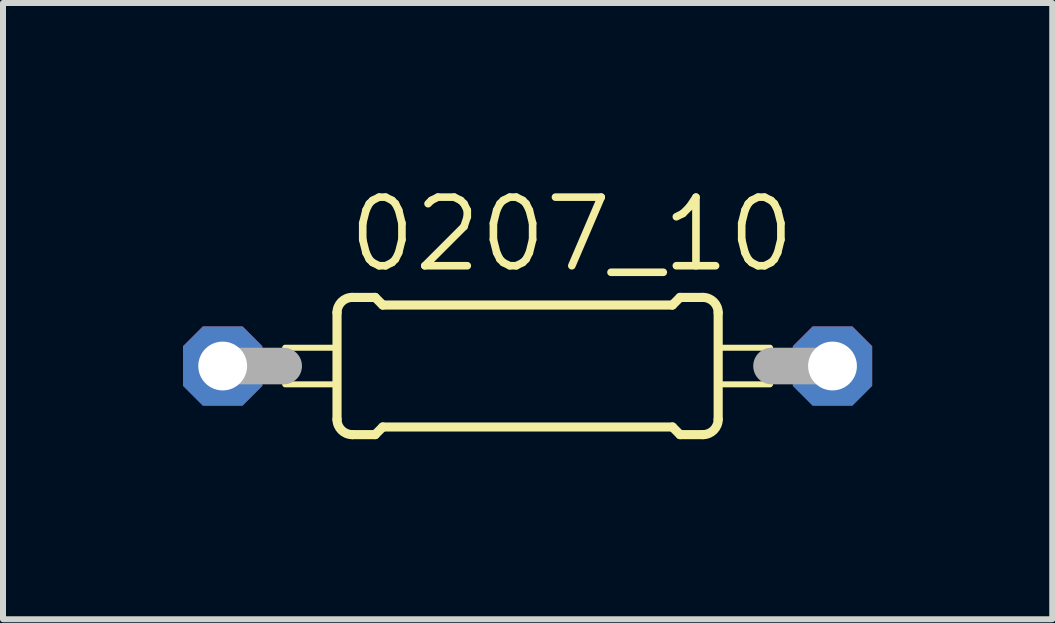
<source format=kicad_pcb>
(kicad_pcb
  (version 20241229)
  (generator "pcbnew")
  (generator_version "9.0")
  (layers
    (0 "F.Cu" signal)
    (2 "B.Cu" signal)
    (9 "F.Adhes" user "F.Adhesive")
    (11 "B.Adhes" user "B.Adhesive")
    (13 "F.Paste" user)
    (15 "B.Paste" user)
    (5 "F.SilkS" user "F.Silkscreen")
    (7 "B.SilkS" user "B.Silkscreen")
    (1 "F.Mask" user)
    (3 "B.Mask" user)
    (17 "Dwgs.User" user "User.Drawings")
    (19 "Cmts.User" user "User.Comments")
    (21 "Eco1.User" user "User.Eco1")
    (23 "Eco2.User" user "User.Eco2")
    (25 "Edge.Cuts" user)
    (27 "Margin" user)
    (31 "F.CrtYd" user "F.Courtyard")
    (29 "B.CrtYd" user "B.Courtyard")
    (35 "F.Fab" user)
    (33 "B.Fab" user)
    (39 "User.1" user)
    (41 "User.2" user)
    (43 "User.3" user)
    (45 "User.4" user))
  (footprint "0207_10"
    (layer "F.Cu")
    (at 5.74 3.048)
    (property "Reference" "0207_10" (at -3.048 -1.524 0) (layer "F.SilkS") (effects (font (size 1.143 1.143) (thickness 0.127)) (justify left bottom)))
    (fp_line (start -3.175 0.889) (end -3.175 -0.889) (stroke (width 0.152) (type solid)) (layer "F.SilkS"))
    (fp_line (start -2.921 -1.143) (end -2.54 -1.143) (stroke (width 0.152) (type solid)) (layer "F.SilkS"))
    (fp_line (start -2.921 1.143) (end -2.54 1.143) (stroke (width 0.152) (type solid)) (layer "F.SilkS"))
    (fp_line (start -2.413 -1.016) (end -2.54 -1.143) (stroke (width 0.152) (type solid)) (layer "F.SilkS"))
    (fp_line (start -2.413 1.016) (end -2.54 1.143) (stroke (width 0.152) (type solid)) (layer "F.SilkS"))
    (fp_line (start 2.413 -1.016) (end -2.413 -1.016) (stroke (width 0.152) (type solid)) (layer "F.SilkS"))
    (fp_line (start 2.413 -1.016) (end 2.54 -1.143) (stroke (width 0.152) (type solid)) (layer "F.SilkS"))
    (fp_line (start 2.413 1.016) (end -2.413 1.016) (stroke (width 0.152) (type solid)) (layer "F.SilkS"))
    (fp_line (start 2.413 1.016) (end 2.54 1.143) (stroke (width 0.152) (type solid)) (layer "F.SilkS"))
    (fp_line (start 2.921 -1.143) (end 2.54 -1.143) (stroke (width 0.152) (type solid)) (layer "F.SilkS"))
    (fp_line (start 2.921 1.143) (end 2.54 1.143) (stroke (width 0.152) (type solid)) (layer "F.SilkS"))
    (fp_line (start 3.175 0.889) (end 3.175 -0.889) (stroke (width 0.152) (type solid)) (layer "F.SilkS"))
    (fp_arc (start -3.175 -0.889) (mid -3.100605 -1.068605) (end -2.921 -1.143) (stroke (width 0.1524) (type solid)) (layer "F.SilkS"))
    (fp_arc (start -2.921 1.143) (mid -3.100605 1.068605) (end -3.175 0.889) (stroke (width 0.1524) (type solid)) (layer "F.SilkS"))
    (fp_arc (start 2.921 -1.143) (mid 3.100605 -1.068605) (end 3.175 -0.889) (stroke (width 0.1524) (type solid)) (layer "F.SilkS"))
    (fp_arc (start 3.175 0.889) (mid 3.100605 1.068605) (end 2.921 1.143) (stroke (width 0.1524) (type solid)) (layer "F.SilkS"))
    (fp_poly (pts (xy -4.039 0.305) (xy -3.175 0.305) (xy -3.175 -0.305) (xy -4.039 -0.305)) (stroke (width 0.1) (type solid)) (fill no) (layer "F.SilkS"))
    (fp_poly (pts (xy 3.175 0.305) (xy 4.039 0.305) (xy 4.039 -0.305) (xy 3.175 -0.305)) (stroke (width 0.1) (type solid)) (fill no) (layer "F.SilkS"))
    (fp_line (start -5.08 0) (end -4.064 0) (stroke (width 0.61) (type solid)) (layer "F.Fab"))
    (fp_line (start 5.08 0) (end 4.064 0) (stroke (width 0.61) (type solid)) (layer "F.Fab"))
    (pad "1" thru_hole roundrect (at -5.08 0) (size 1.321 1.321) (drill 0.813) (layers "*.Cu" "*.Mask") (roundrect_rratio 0.25) (chamfer_ratio 0.25) (chamfer top_left top_right bottom_left bottom_right))
    (pad "2" thru_hole roundrect (at 5.08 0) (size 1.321 1.321) (drill 0.813) (layers "*.Cu" "*.Mask") (roundrect_rratio 0.25) (chamfer_ratio 0.25) (chamfer top_left top_right bottom_left bottom_right)))
  (gr_rect
    (start -3 -3)
    (end 14.481 7.267)
    (stroke (width 0.1) (type default))
    (fill no)
    (layer "Edge.Cuts")))
</source>
